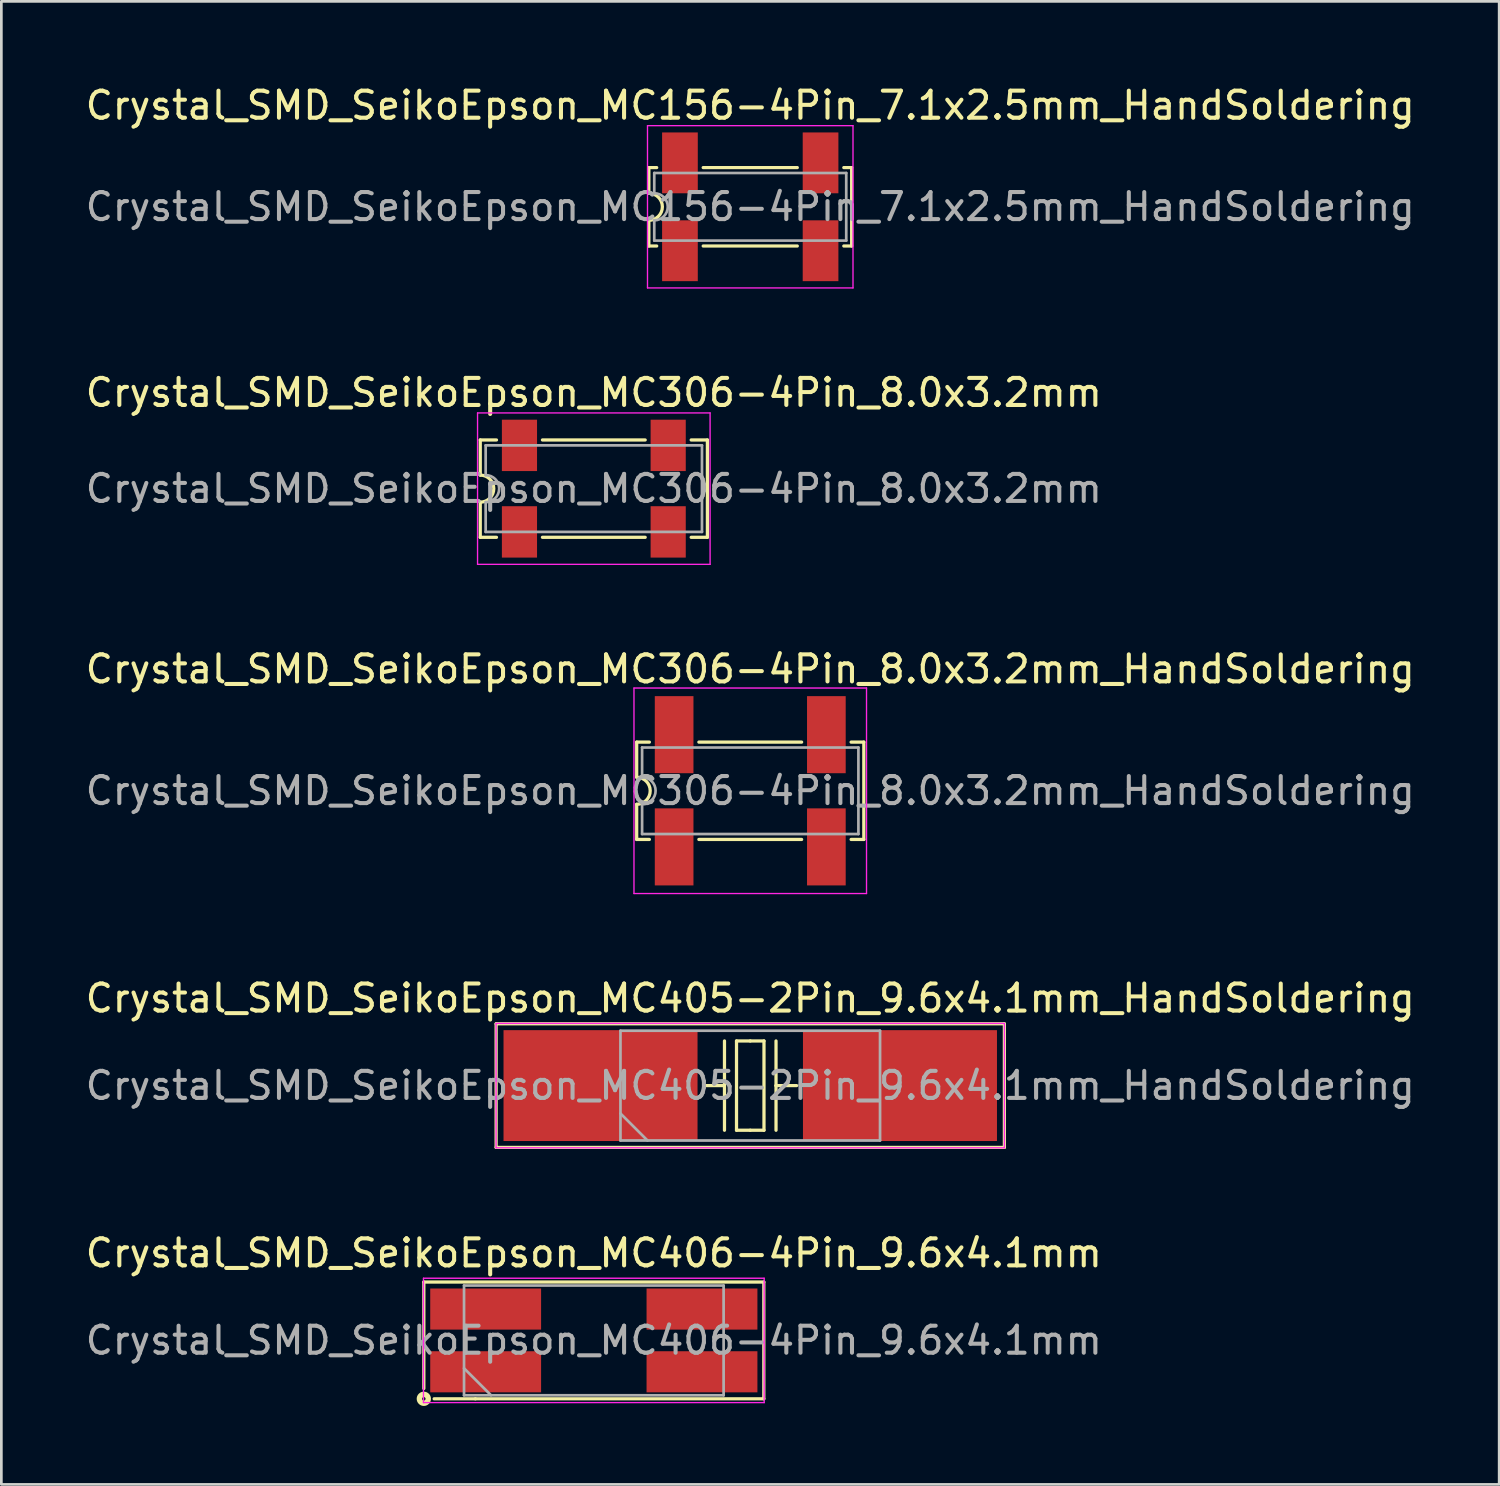
<source format=kicad_pcb>
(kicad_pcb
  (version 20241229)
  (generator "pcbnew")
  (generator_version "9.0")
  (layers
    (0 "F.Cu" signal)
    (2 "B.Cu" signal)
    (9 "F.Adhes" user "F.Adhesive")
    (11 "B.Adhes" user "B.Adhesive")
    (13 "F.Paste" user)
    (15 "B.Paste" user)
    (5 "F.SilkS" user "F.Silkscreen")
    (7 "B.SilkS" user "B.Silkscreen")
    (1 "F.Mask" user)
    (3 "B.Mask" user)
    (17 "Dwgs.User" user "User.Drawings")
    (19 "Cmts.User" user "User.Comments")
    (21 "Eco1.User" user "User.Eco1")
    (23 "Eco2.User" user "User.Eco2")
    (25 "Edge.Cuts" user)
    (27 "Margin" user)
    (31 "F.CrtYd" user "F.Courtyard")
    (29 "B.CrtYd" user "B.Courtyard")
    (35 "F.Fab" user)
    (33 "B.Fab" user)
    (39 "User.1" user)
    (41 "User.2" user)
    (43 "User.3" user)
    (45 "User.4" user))
  (footprint "Crystal_SMD_SeikoEpson_MC156-4Pin_7.1x2.5mm_HandSoldering"
    (layer "F.Cu")
    (at 24.696 4.598)
    (property "Reference" "Crystal_SMD_SeikoEpson_MC156-4Pin_7.1x2.5mm_HandSoldering" (at 0 -3.75 0) (layer "F.SilkS") (effects (font (size 1 1) (thickness 0.15))))
    (attr smd)
    (fp_line (start -3.75 -1.45) (end -3.46 -1.45) (stroke (width 0.12) (type solid)) (layer "F.SilkS"))
    (fp_line (start -3.75 -0.5) (end -3.75 -1.45) (stroke (width 0.12) (type solid)) (layer "F.SilkS"))
    (fp_line (start -3.75 1.45) (end -3.75 0.5) (stroke (width 0.12) (type solid)) (layer "F.SilkS"))
    (fp_line (start -3.75 1.45) (end -3.46 1.45) (stroke (width 0.12) (type solid)) (layer "F.SilkS"))
    (fp_line (start -1.74 -1.45) (end 1.74 -1.45) (stroke (width 0.12) (type solid)) (layer "F.SilkS"))
    (fp_line (start 1.74 1.45) (end -1.74 1.45) (stroke (width 0.12) (type solid)) (layer "F.SilkS"))
    (fp_line (start 3.46 -1.45) (end 3.75 -1.45) (stroke (width 0.12) (type solid)) (layer "F.SilkS"))
    (fp_line (start 3.75 -1.45) (end 3.75 1.45) (stroke (width 0.12) (type solid)) (layer "F.SilkS"))
    (fp_line (start 3.75 1.45) (end 3.46 1.45) (stroke (width 0.12) (type solid)) (layer "F.SilkS"))
    (fp_arc (start -3.75 -0.5) (mid -3.25 0) (end -3.75 0.5) (stroke (width 0.12) (type solid)) (layer "F.SilkS"))
    (fp_line (start -3.8 -3) (end -3.8 3) (stroke (width 0.05) (type solid)) (layer "F.CrtYd"))
    (fp_line (start -3.8 3) (end 3.8 3) (stroke (width 0.05) (type solid)) (layer "F.CrtYd"))
    (fp_line (start 3.8 -3) (end -3.8 -3) (stroke (width 0.05) (type solid)) (layer "F.CrtYd"))
    (fp_line (start 3.8 3) (end 3.8 -3) (stroke (width 0.05) (type solid)) (layer "F.CrtYd"))
    (fp_line (start -3.55 -1.25) (end 3.55 -1.25) (stroke (width 0.1) (type solid)) (layer "F.Fab"))
    (fp_line (start -3.55 -0.5) (end -3.55 -1.25) (stroke (width 0.1) (type solid)) (layer "F.Fab"))
    (fp_line (start -3.55 1.25) (end -3.55 0.5) (stroke (width 0.1) (type solid)) (layer "F.Fab"))
    (fp_line (start 3.55 -1.25) (end 3.55 1.25) (stroke (width 0.1) (type solid)) (layer "F.Fab"))
    (fp_line (start 3.55 1.25) (end -3.55 1.25) (stroke (width 0.1) (type solid)) (layer "F.Fab"))
    (fp_arc (start -3.55 -0.5) (mid -3.05 0) (end -3.55 0.5) (stroke (width 0.1) (type solid)) (layer "F.Fab"))
    (fp_text user "${REFERENCE}" (at 0 0 0) (layer "F.Fab") (effects (font (size 1 1) (thickness 0.15))))
    (pad "1" smd rect (at -2.6 1.625) (size 1.32 2.25) (layers "F.Cu" "F.Mask" "F.Paste"))
    (pad "2" smd rect (at 2.6 1.625) (size 1.32 2.25) (layers "F.Cu" "F.Mask" "F.Paste"))
    (pad "3" smd rect (at 2.6 -1.625) (size 1.32 2.25) (layers "F.Cu" "F.Mask" "F.Paste"))
    (pad "4" smd rect (at -2.6 -1.625) (size 1.32 2.25) (layers "F.Cu" "F.Mask" "F.Paste")))
  (footprint "Crystal_SMD_SeikoEpson_MC405-2Pin_9.6x4.1mm_HandSoldering"
    (layer "F.Cu")
    (at 24.696 37.098)
    (property "Reference" "Crystal_SMD_SeikoEpson_MC405-2Pin_9.6x4.1mm_HandSoldering" (at 0 -3.23 0) (layer "F.SilkS") (effects (font (size 1 1) (thickness 0.15))))
    (attr smd)
    (fp_line (start -9.398 -2.286) (end 9.398 -2.286) (stroke (width 0.12) (type solid)) (layer "F.SilkS"))
    (fp_line (start -9.398 2.286) (end -9.398 -2.286) (stroke (width 0.12) (type solid)) (layer "F.SilkS"))
    (fp_line (start -1.714 0) (end -0.953 0) (stroke (width 0.12) (type solid)) (layer "F.SilkS"))
    (fp_line (start -0.953 0) (end -0.953 -1.651) (stroke (width 0.12) (type solid)) (layer "F.SilkS"))
    (fp_line (start -0.953 0) (end -0.953 1.651) (stroke (width 0.12) (type solid)) (layer "F.SilkS"))
    (fp_line (start -0.508 -1.651) (end 0 -1.651) (stroke (width 0.12) (type solid)) (layer "F.SilkS"))
    (fp_line (start -0.508 1.651) (end -0.508 -1.651) (stroke (width 0.12) (type solid)) (layer "F.SilkS"))
    (fp_line (start -0.508 1.651) (end 0 1.651) (stroke (width 0.12) (type solid)) (layer "F.SilkS"))
    (fp_line (start 0.508 -1.651) (end 0 -1.651) (stroke (width 0.12) (type solid)) (layer "F.SilkS"))
    (fp_line (start 0.508 -1.651) (end 0.508 1.651) (stroke (width 0.12) (type solid)) (layer "F.SilkS"))
    (fp_line (start 0.508 1.651) (end 0 1.651) (stroke (width 0.12) (type solid)) (layer "F.SilkS"))
    (fp_line (start 0.953 0) (end 0.953 -1.651) (stroke (width 0.12) (type solid)) (layer "F.SilkS"))
    (fp_line (start 0.953 0) (end 0.953 1.651) (stroke (width 0.12) (type solid)) (layer "F.SilkS"))
    (fp_line (start 1.714 0) (end 0.953 0) (stroke (width 0.12) (type solid)) (layer "F.SilkS"))
    (fp_line (start 9.398 -2.286) (end 9.398 2.286) (stroke (width 0.12) (type solid)) (layer "F.SilkS"))
    (fp_line (start 9.398 2.286) (end -9.398 2.286) (stroke (width 0.12) (type solid)) (layer "F.SilkS"))
    (fp_line (start -9.4 -2.3) (end -9.4 2.3) (stroke (width 0.05) (type solid)) (layer "F.CrtYd"))
    (fp_line (start -9.4 2.3) (end 9.4 2.3) (stroke (width 0.05) (type solid)) (layer "F.CrtYd"))
    (fp_line (start 9.4 -2.3) (end -9.4 -2.3) (stroke (width 0.05) (type solid)) (layer "F.CrtYd"))
    (fp_line (start 9.4 2.3) (end 9.4 -2.3) (stroke (width 0.05) (type solid)) (layer "F.CrtYd"))
    (fp_line (start -4.8 -2.03) (end -4.8 2.03) (stroke (width 0.1) (type solid)) (layer "F.Fab"))
    (fp_line (start -4.8 1.03) (end -3.8 2.03) (stroke (width 0.1) (type solid)) (layer "F.Fab"))
    (fp_line (start -4.8 2.03) (end 4.8 2.03) (stroke (width 0.1) (type solid)) (layer "F.Fab"))
    (fp_line (start 4.8 -2.03) (end -4.8 -2.03) (stroke (width 0.1) (type solid)) (layer "F.Fab"))
    (fp_line (start 4.8 2.03) (end 4.8 -2.03) (stroke (width 0.1) (type solid)) (layer "F.Fab"))
    (fp_text user "${REFERENCE}" (at 0 0 0) (layer "F.Fab") (effects (font (size 1 1) (thickness 0.15))))
    (pad "1" smd rect (at -5.537 0) (size 7.175 4.1) (layers "F.Cu" "F.Mask" "F.Paste"))
    (pad "2" smd rect (at 5.537 0) (size 7.175 4.1) (layers "F.Cu" "F.Mask" "F.Paste")))
  (footprint "Crystal_SMD_SeikoEpson_MC306-4Pin_8.0x3.2mm_HandSoldering"
    (layer "F.Cu")
    (at 24.696 26.195)
    (property "Reference" "Crystal_SMD_SeikoEpson_MC306-4Pin_8.0x3.2mm_HandSoldering" (at 0 -4.5 0) (layer "F.SilkS") (effects (font (size 1 1) (thickness 0.15))))
    (attr smd)
    (fp_line (start -4.2 -1.8) (end -3.73 -1.8) (stroke (width 0.12) (type solid)) (layer "F.SilkS"))
    (fp_line (start -4.2 -0.5) (end -4.2 -1.8) (stroke (width 0.12) (type solid)) (layer "F.SilkS"))
    (fp_line (start -4.2 1.8) (end -4.2 0.5) (stroke (width 0.12) (type solid)) (layer "F.SilkS"))
    (fp_line (start -4.2 1.8) (end -3.73 1.8) (stroke (width 0.12) (type solid)) (layer "F.SilkS"))
    (fp_line (start -1.9 -1.8) (end 1.9 -1.8) (stroke (width 0.12) (type solid)) (layer "F.SilkS"))
    (fp_line (start 1.9 1.8) (end -1.9 1.8) (stroke (width 0.12) (type solid)) (layer "F.SilkS"))
    (fp_line (start 3.73 -1.8) (end 4.2 -1.8) (stroke (width 0.12) (type solid)) (layer "F.SilkS"))
    (fp_line (start 4.2 -1.8) (end 4.2 1.8) (stroke (width 0.12) (type solid)) (layer "F.SilkS"))
    (fp_line (start 4.2 1.8) (end 3.73 1.8) (stroke (width 0.12) (type solid)) (layer "F.SilkS"))
    (fp_arc (start -4.2 -0.5) (mid -3.7 0) (end -4.2 0.5) (stroke (width 0.12) (type solid)) (layer "F.SilkS"))
    (fp_line (start -4.3 -3.8) (end -4.3 3.8) (stroke (width 0.05) (type solid)) (layer "F.CrtYd"))
    (fp_line (start -4.3 3.8) (end 4.3 3.8) (stroke (width 0.05) (type solid)) (layer "F.CrtYd"))
    (fp_line (start 4.3 -3.8) (end -4.3 -3.8) (stroke (width 0.05) (type solid)) (layer "F.CrtYd"))
    (fp_line (start 4.3 3.8) (end 4.3 -3.8) (stroke (width 0.05) (type solid)) (layer "F.CrtYd"))
    (fp_line (start -4 -1.6) (end 4 -1.6) (stroke (width 0.1) (type solid)) (layer "F.Fab"))
    (fp_line (start -4 -0.5) (end -4 -1.6) (stroke (width 0.1) (type solid)) (layer "F.Fab"))
    (fp_line (start -4 1.6) (end -4 0.5) (stroke (width 0.1) (type solid)) (layer "F.Fab"))
    (fp_line (start 4 -1.6) (end 4 1.6) (stroke (width 0.1) (type solid)) (layer "F.Fab"))
    (fp_line (start 4 1.6) (end -4 1.6) (stroke (width 0.1) (type solid)) (layer "F.Fab"))
    (fp_arc (start -4 -0.5) (mid -3.5 0) (end -4 0.5) (stroke (width 0.1) (type solid)) (layer "F.Fab"))
    (fp_text user "${REFERENCE}" (at 0 0 0) (layer "F.Fab") (effects (font (size 1 1) (thickness 0.15))))
    (pad "1" smd rect (at -2.815 2.075) (size 1.43 2.85) (layers "F.Cu" "F.Mask" "F.Paste"))
    (pad "2" smd rect (at 2.815 2.075) (size 1.43 2.85) (layers "F.Cu" "F.Mask" "F.Paste"))
    (pad "3" smd rect (at 2.815 -2.075) (size 1.43 2.85) (layers "F.Cu" "F.Mask" "F.Paste"))
    (pad "4" smd rect (at -2.815 -2.075) (size 1.43 2.85) (layers "F.Cu" "F.Mask" "F.Paste")))
  (footprint "Crystal_SMD_SeikoEpson_MC306-4Pin_8.0x3.2mm"
    (layer "F.Cu")
    (at 18.911 15.021)
    (property "Reference" "Crystal_SMD_SeikoEpson_MC306-4Pin_8.0x3.2mm" (at 0 -3.55 0) (layer "F.SilkS") (effects (font (size 1 1) (thickness 0.15))))
    (attr smd)
    (fp_line (start -4.2 -1.8) (end -3.6 -1.8) (stroke (width 0.12) (type solid)) (layer "F.SilkS"))
    (fp_line (start -4.2 -0.5) (end -4.2 -1.8) (stroke (width 0.12) (type solid)) (layer "F.SilkS"))
    (fp_line (start -4.2 1.8) (end -4.2 0.5) (stroke (width 0.12) (type solid)) (layer "F.SilkS"))
    (fp_line (start -4.2 1.8) (end -3.6 1.8) (stroke (width 0.12) (type solid)) (layer "F.SilkS"))
    (fp_line (start -1.9 -1.8) (end 1.9 -1.8) (stroke (width 0.12) (type solid)) (layer "F.SilkS"))
    (fp_line (start 1.9 1.8) (end -1.9 1.8) (stroke (width 0.12) (type solid)) (layer "F.SilkS"))
    (fp_line (start 3.6 -1.8) (end 4.2 -1.8) (stroke (width 0.12) (type solid)) (layer "F.SilkS"))
    (fp_line (start 4.2 -1.8) (end 4.2 1.8) (stroke (width 0.12) (type solid)) (layer "F.SilkS"))
    (fp_line (start 4.2 1.8) (end 3.6 1.8) (stroke (width 0.12) (type solid)) (layer "F.SilkS"))
    (fp_arc (start -4.2 -0.5) (mid -3.7 0) (end -4.2 0.5) (stroke (width 0.12) (type solid)) (layer "F.SilkS"))
    (fp_line (start -4.3 -2.8) (end -4.3 2.8) (stroke (width 0.05) (type solid)) (layer "F.CrtYd"))
    (fp_line (start -4.3 2.8) (end 4.3 2.8) (stroke (width 0.05) (type solid)) (layer "F.CrtYd"))
    (fp_line (start 4.3 -2.8) (end -4.3 -2.8) (stroke (width 0.05) (type solid)) (layer "F.CrtYd"))
    (fp_line (start 4.3 2.8) (end 4.3 -2.8) (stroke (width 0.05) (type solid)) (layer "F.CrtYd"))
    (fp_line (start -4 -1.6) (end 4 -1.6) (stroke (width 0.1) (type solid)) (layer "F.Fab"))
    (fp_line (start -4 -0.5) (end -4 -1.6) (stroke (width 0.1) (type solid)) (layer "F.Fab"))
    (fp_line (start -4 1.6) (end -4 0.5) (stroke (width 0.1) (type solid)) (layer "F.Fab"))
    (fp_line (start 4 -1.6) (end 4 1.6) (stroke (width 0.1) (type solid)) (layer "F.Fab"))
    (fp_line (start 4 1.6) (end -4 1.6) (stroke (width 0.1) (type solid)) (layer "F.Fab"))
    (fp_arc (start -4 -0.5) (mid -3.5 0) (end -4 0.5) (stroke (width 0.1) (type solid)) (layer "F.Fab"))
    (fp_text user "${REFERENCE}" (at 0 0 0) (layer "F.Fab") (effects (font (size 1 1) (thickness 0.15))))
    (pad "1" smd rect (at -2.75 1.6) (size 1.3 1.9) (layers "F.Cu" "F.Mask" "F.Paste"))
    (pad "2" smd rect (at 2.75 1.6) (size 1.3 1.9) (layers "F.Cu" "F.Mask" "F.Paste"))
    (pad "3" smd rect (at 2.75 -1.6) (size 1.3 1.9) (layers "F.Cu" "F.Mask" "F.Paste"))
    (pad "4" smd rect (at -2.75 -1.6) (size 1.3 1.9) (layers "F.Cu" "F.Mask" "F.Paste")))
  (footprint "Crystal_SMD_SeikoEpson_MC406-4Pin_9.6x4.1mm"
    (layer "F.Cu")
    (at 18.911 46.522)
    (property "Reference" "Crystal_SMD_SeikoEpson_MC406-4Pin_9.6x4.1mm" (at 0 -3.23 0) (layer "F.SilkS") (effects (font (size 1 1) (thickness 0.15))))
    (attr smd)
    (fp_line (start -6.287 -2.159) (end -6.287 1.778) (stroke (width 0.12) (type solid)) (layer "F.SilkS"))
    (fp_line (start -6.287 -2.159) (end 6.287 -2.159) (stroke (width 0.12) (type solid)) (layer "F.SilkS"))
    (fp_line (start -4.381 2.159) (end -5.905 2.159) (stroke (width 0.12) (type solid)) (layer "F.SilkS"))
    (fp_line (start 6.287 -2.159) (end 6.287 2.159) (stroke (width 0.12) (type solid)) (layer "F.SilkS"))
    (fp_line (start 6.287 2.159) (end -4.381 2.159) (stroke (width 0.12) (type solid)) (layer "F.SilkS"))
    (fp_circle (center -6.287 2.159) (end -6.223 2.159) (stroke (width 0.2) (type solid)) (fill no) (layer "F.SilkS"))
    (fp_line (start -6.3 -2.3) (end -6.3 2.3) (stroke (width 0.05) (type solid)) (layer "F.CrtYd"))
    (fp_line (start -6.3 2.3) (end 6.3 2.3) (stroke (width 0.05) (type solid)) (layer "F.CrtYd"))
    (fp_line (start 6.3 -2.3) (end -6.3 -2.3) (stroke (width 0.05) (type solid)) (layer "F.CrtYd"))
    (fp_line (start 6.3 2.3) (end 6.3 -2.3) (stroke (width 0.05) (type solid)) (layer "F.CrtYd"))
    (fp_line (start -4.8 -2.03) (end -4.8 2.03) (stroke (width 0.1) (type solid)) (layer "F.Fab"))
    (fp_line (start -4.8 1.03) (end -3.8 2.03) (stroke (width 0.1) (type solid)) (layer "F.Fab"))
    (fp_line (start -4.8 2.03) (end 4.8 2.03) (stroke (width 0.1) (type solid)) (layer "F.Fab"))
    (fp_line (start 4.8 -2.03) (end -4.8 -2.03) (stroke (width 0.1) (type solid)) (layer "F.Fab"))
    (fp_line (start 4.8 2.03) (end 4.8 -2.03) (stroke (width 0.1) (type solid)) (layer "F.Fab"))
    (fp_text user "${REFERENCE}" (at 0 0 0) (layer "F.Fab") (effects (font (size 1 1) (thickness 0.15))))
    (pad "1" smd rect (at -4 1.16) (size 4.1 1.52) (layers "F.Cu" "F.Mask" "F.Paste"))
    (pad "2" smd rect (at 4 1.16) (size 4.1 1.52) (layers "F.Cu" "F.Mask" "F.Paste"))
    (pad "3" smd rect (at 4 -1.16) (size 4.1 1.52) (layers "F.Cu" "F.Mask" "F.Paste"))
    (pad "4" smd rect (at -4 -1.16) (size 4.1 1.52) (layers "F.Cu" "F.Mask" "F.Paste")))
  (gr_rect
    (start -3 -3)
    (end 52.393 51.847)
    (stroke (width 0.1) (type default))
    (fill no)
    (layer "Edge.Cuts")))
</source>
